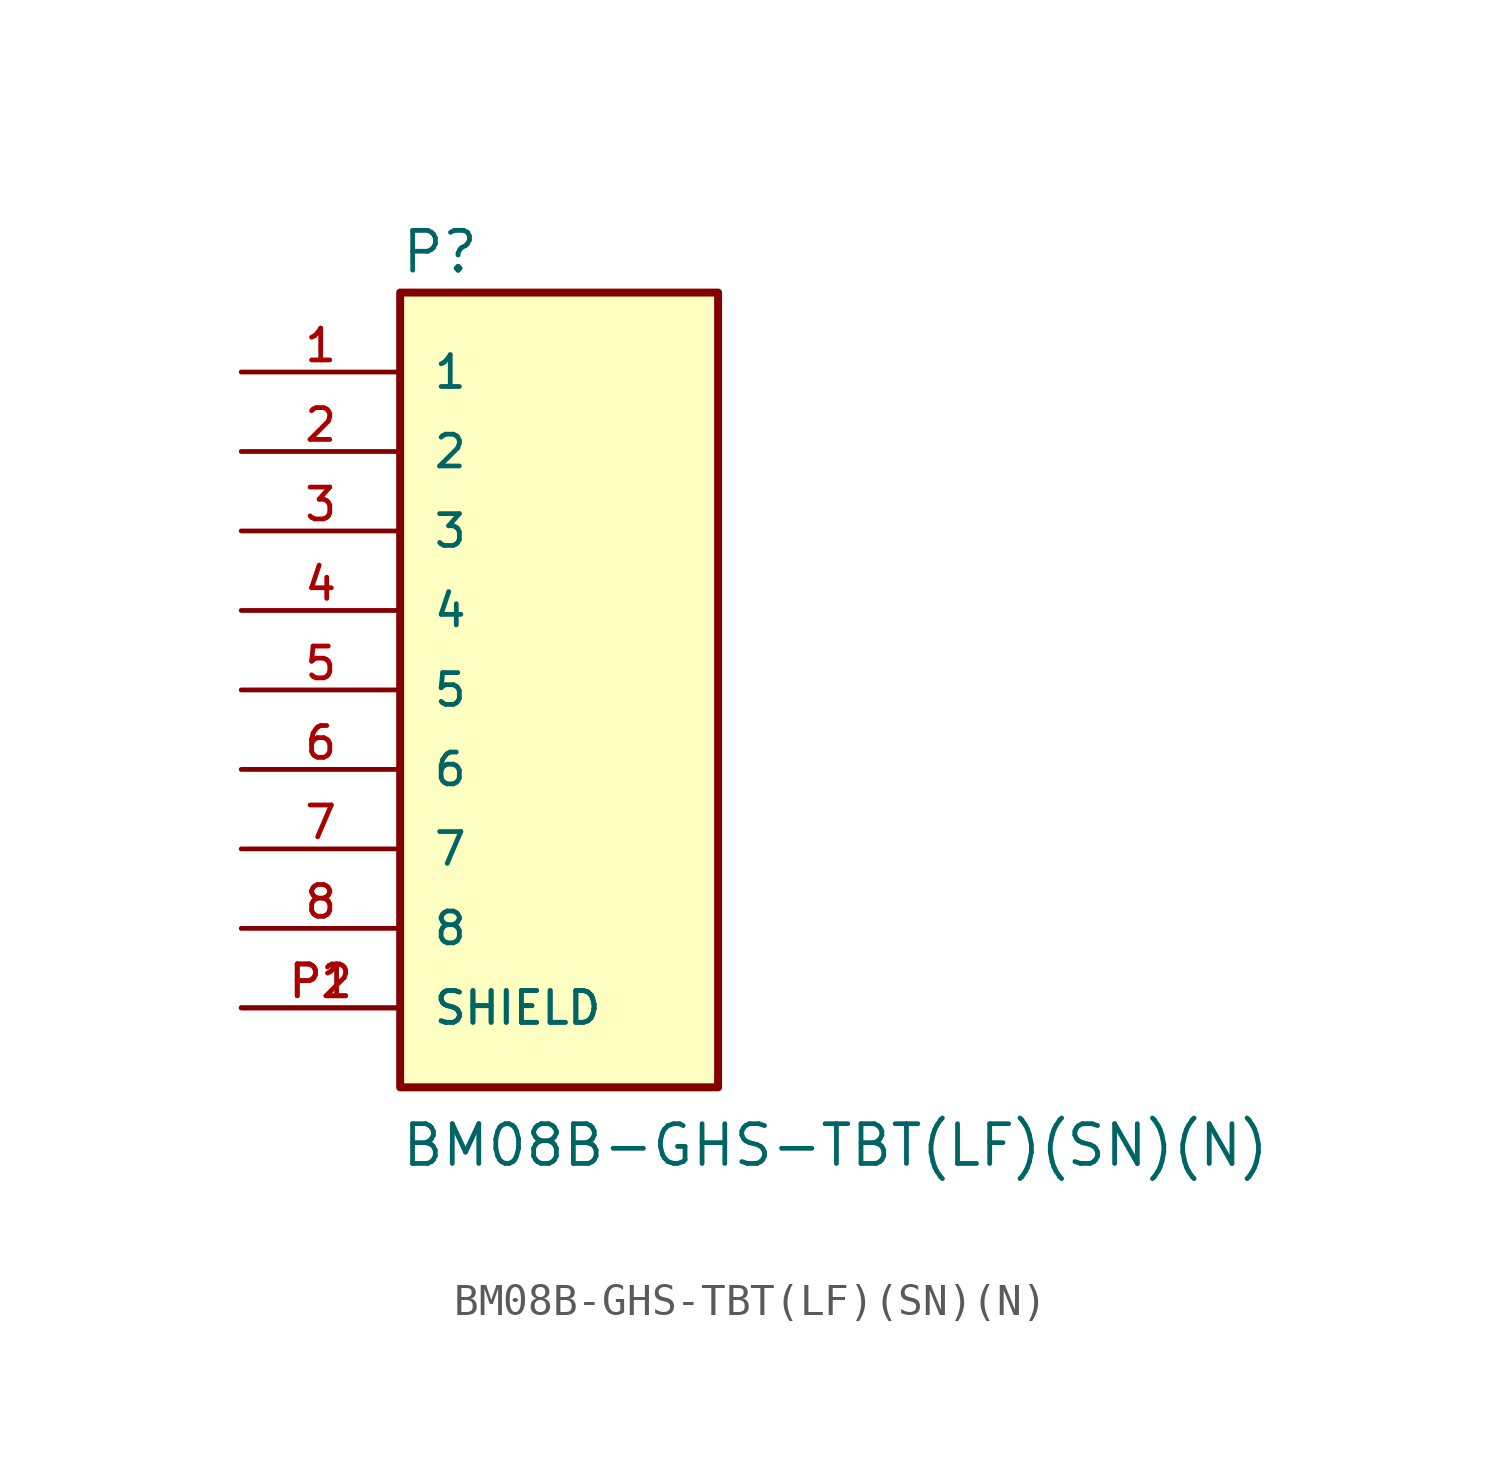
<source format=kicad_sym>
(kicad_symbol_lib
  (version 20211014)
  (generator kicad_symbol_editor)
  (symbol "BM08B-GHS-TBT(LF)(SN)(N)"
    (pin_names
      (offset 1.016))
    (property "Reference" "P"
      (at -5.083 13.252 0)
      (effects (font (size 1.27 1.27)) (justify bottom left)))
    (property "Value" "BM08B-GHS-TBT(LF)(SN)(N)"
      (at -5.087 -15.296 0)
      (effects (font (size 1.27 1.27)) (justify bottom left)))
    (symbol "BM08B-GHS-TBT(LF)(SN)(N)_0_0"
      (rectangle (start -5.08 -12.7) (end 5.08 12.7) (stroke (width 0.254)) (fill (type background)))
      (pin passive line (at -10.16 10.16 0) (length 5.08) (name "1" (effects (font (size 1.016 1.016)))) (number "1" (effects (font (size 1.016 1.016)))))
      (pin passive line (at -10.16 7.62 0) (length 5.08) (name "2" (effects (font (size 1.016 1.016)))) (number "2" (effects (font (size 1.016 1.016)))))
      (pin passive line (at -10.16 5.08 0) (length 5.08) (name "3" (effects (font (size 1.016 1.016)))) (number "3" (effects (font (size 1.016 1.016)))))
      (pin passive line (at -10.16 2.54 0) (length 5.08) (name "4" (effects (font (size 1.016 1.016)))) (number "4" (effects (font (size 1.016 1.016)))))
      (pin passive line (at -10.16 0.0 0) (length 5.08) (name "5" (effects (font (size 1.016 1.016)))) (number "5" (effects (font (size 1.016 1.016)))))
      (pin passive line (at -10.16 -2.54 0) (length 5.08) (name "6" (effects (font (size 1.016 1.016)))) (number "6" (effects (font (size 1.016 1.016)))))
      (pin passive line (at -10.16 -5.08 0) (length 5.08) (name "7" (effects (font (size 1.016 1.016)))) (number "7" (effects (font (size 1.016 1.016)))))
      (pin passive line (at -10.16 -7.62 0) (length 5.08) (name "8" (effects (font (size 1.016 1.016)))) (number "8" (effects (font (size 1.016 1.016)))))
      (pin passive line (at -10.16 -10.16 0) (length 5.08) (name "SHIELD" (effects (font (size 1.016 1.016)))) (number "P1" (effects (font (size 1.016 1.016)))))
      (pin passive line (at -10.16 -10.16 0) (length 5.08) (name "SHIELD" (effects (font (size 1.016 1.016)))) (number "P2" (effects (font (size 1.016 1.016))))))))
</source>
